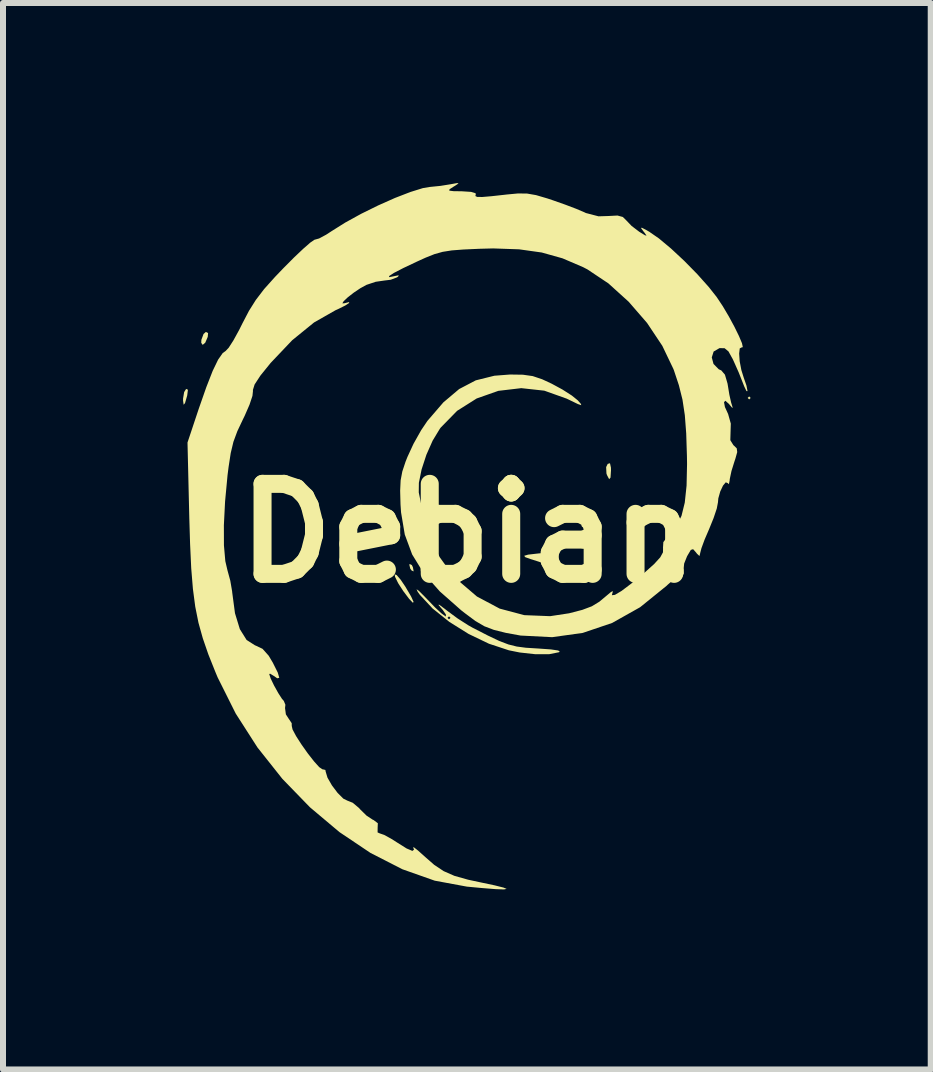
<source format=kicad_pcb>
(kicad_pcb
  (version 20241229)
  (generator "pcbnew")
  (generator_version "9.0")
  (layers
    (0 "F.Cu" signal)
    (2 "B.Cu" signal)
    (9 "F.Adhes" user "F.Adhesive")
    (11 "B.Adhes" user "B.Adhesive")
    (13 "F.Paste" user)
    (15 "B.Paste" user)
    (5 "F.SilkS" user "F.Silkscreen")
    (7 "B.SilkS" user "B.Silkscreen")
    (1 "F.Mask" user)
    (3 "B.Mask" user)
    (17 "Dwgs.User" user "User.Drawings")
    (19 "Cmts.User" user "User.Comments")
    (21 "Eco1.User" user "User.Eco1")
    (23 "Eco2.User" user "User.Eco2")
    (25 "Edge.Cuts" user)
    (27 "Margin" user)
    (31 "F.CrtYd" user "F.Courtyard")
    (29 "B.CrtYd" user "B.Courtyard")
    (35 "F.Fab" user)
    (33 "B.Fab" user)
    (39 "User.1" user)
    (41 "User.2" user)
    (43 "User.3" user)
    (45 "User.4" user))
  (footprint "Debian"
    (layer "F.Cu")
    (at 4.753 5.833)
    (property "Reference" "Debian" (at 0 0 0) (layer "F.SilkS") (effects (font (size 1.5 1.5) (thickness 0.3))))
    (attr board_only exclude_from_pos_files exclude_from_bom)
    (fp_poly (pts (xy 1.931 -0.124) (xy 1.906 -0.099) (xy 1.881 -0.124) (xy 1.906 -0.149)) (stroke (width 0) (type solid)) (fill yes) (layer "F.SilkS"))
    (fp_poly (pts (xy 4.704 -2.253) (xy 4.679 -2.228) (xy 4.654 -2.253) (xy 4.679 -2.278)) (stroke (width 0) (type solid)) (fill yes) (layer "F.SilkS"))
    (fp_poly (pts (xy -0.942 0.531) (xy -0.924 0.567) (xy -0.911 0.637) (xy -0.944 0.623) (xy -0.968 0.591) (xy -0.983 0.526) (xy -0.977 0.514)) (stroke (width 0) (type solid)) (fill yes) (layer "F.SilkS"))
    (fp_poly (pts (xy -4.672 -2.39) (xy -4.684 -2.294) (xy -4.72 -2.168) (xy -4.743 -2.139) (xy -4.753 -2.208) (xy -4.753 -2.242) (xy -4.735 -2.35) (xy -4.702 -2.403)) (stroke (width 0) (type solid)) (fill yes) (layer "F.SilkS"))
    (fp_poly (pts (xy -4.336 -3.334) (xy -4.342 -3.27) (xy -4.383 -3.174) (xy -4.426 -3.137) (xy -4.45 -3.17) (xy -4.448 -3.221) (xy -4.412 -3.318) (xy -4.373 -3.353)) (stroke (width 0) (type solid)) (fill yes) (layer "F.SilkS"))
    (fp_poly (pts (xy 2.014 -0.265) (xy 2.005 -0.248) (xy 1.959 -0.2) (xy 1.95 -0.198) (xy 1.947 -0.23) (xy 1.956 -0.248) (xy 2.002 -0.295) (xy 2.011 -0.297)) (stroke (width 0) (type solid)) (fill yes) (layer "F.SilkS"))
    (fp_poly (pts (xy 2.125 -0.147) (xy 2.083 -0.069) (xy 2.06 -0.037) (xy 1.989 0.035) (xy 1.94 0.047) (xy 1.931 0.025) (xy 1.962 -0.024) (xy 2.03 -0.099) (xy 2.105 -0.16)) (stroke (width 0) (type solid)) (fill yes) (layer "F.SilkS"))
    (fp_poly (pts (xy 2.376 -1.091) (xy 2.377 -1.05) (xy 2.369 -0.926) (xy 2.346 -0.899) (xy 2.31 -0.968) (xy 2.301 -0.995) (xy 2.296 -1.101) (xy 2.322 -1.154) (xy 2.36 -1.165)) (stroke (width 0) (type solid)) (fill yes) (layer "F.SilkS"))
    (fp_poly (pts (xy -1.195 0.697) (xy -1.128 0.775) (xy -1.049 0.892) (xy -0.953 1.056) (xy -0.912 1.146) (xy -0.924 1.16) (xy -0.987 1.094) (xy -1.085 0.964) (xy -1.17 0.832) (xy -1.221 0.728) (xy -1.227 0.687)) (stroke (width 0) (type solid)) (fill yes) (layer "F.SilkS"))
    (fp_poly (pts (xy 1.35 0.342) (xy 1.317 0.391) (xy 1.303 0.406) (xy 1.24 0.472) (xy 1.218 0.491) (xy 1.173 0.475) (xy 1.067 0.441) (xy 1.04 0.433) (xy 0.948 0.4) (xy 0.931 0.377) (xy 0.996 0.358) (xy 1.15 0.34) (xy 1.199 0.335) (xy 1.316 0.327)) (stroke (width 0) (type solid)) (fill yes) (layer "F.SilkS"))
    (fp_poly (pts (xy -0.824 0.961) (xy -0.736 1.049) (xy -0.685 1.102) (xy -0.555 1.237) (xy -0.447 1.337) (xy -0.382 1.385) (xy -0.375 1.387) (xy -0.374 1.355) (xy -0.428 1.277) (xy -0.449 1.253) (xy -0.499 1.194) (xy -0.483 1.194) (xy -0.398 1.257) (xy -0.347 1.297) (xy -0.18 1.42) (xy -0.004 1.533) (xy 0.074 1.577) (xy 0.326 1.706) (xy 0.515 1.796) (xy 0.667 1.854) (xy 0.806 1.889) (xy 0.958 1.909) (xy 1.147 1.921) (xy 1.164 1.922) (xy 1.376 1.937) (xy 1.498 1.955) (xy 1.524 1.976) (xy 1.51 1.984) (xy 1.345 2.017) (xy 1.117 2.017) (xy 0.855 1.988) (xy 0.676 1.952) (xy 0.343 1.842) (xy 0.004 1.679) (xy -0.317 1.478) (xy -0.401 1.411) (xy -0.347 1.411) (xy -0.322 1.436) (xy -0.297 1.411) (xy -0.322 1.386) (xy -0.347 1.411) (xy -0.401 1.411) (xy -0.596 1.255) (xy -0.808 1.027) (xy -0.845 0.975) (xy -0.863 0.934)) (stroke (width 0) (type solid)) (fill yes) (layer "F.SilkS"))
    (fp_poly (pts (xy -0.163 -5.827) (xy -0.221 -5.788) (xy -0.248 -5.772) (xy -0.314 -5.729) (xy -0.318 -5.707) (xy -0.248 -5.698) (xy -0.108 -5.696) (xy 0.046 -5.686) (xy 0.121 -5.663) (xy 0.124 -5.644) (xy 0.117 -5.617) (xy 0.148 -5.602) (xy 0.233 -5.601) (xy 0.386 -5.614) (xy 0.621 -5.64) (xy 0.637 -5.642) (xy 0.829 -5.66) (xy 0.98 -5.658) (xy 1.129 -5.632) (xy 1.316 -5.577) (xy 1.406 -5.547) (xy 1.613 -5.474) (xy 1.8 -5.403) (xy 1.936 -5.345) (xy 1.958 -5.334) (xy 2.169 -5.279) (xy 2.333 -5.284) (xy 2.485 -5.292) (xy 2.574 -5.268) (xy 2.63 -5.213) (xy 2.72 -5.119) (xy 2.843 -5.025) (xy 2.847 -5.022) (xy 2.943 -4.963) (xy 2.969 -4.957) (xy 2.936 -5.005) (xy 2.921 -5.023) (xy 2.878 -5.082) (xy 2.889 -5.09) (xy 2.966 -5.05) (xy 3.014 -5.022) (xy 3.176 -4.91) (xy 3.378 -4.741) (xy 3.598 -4.536) (xy 3.814 -4.316) (xy 4.006 -4.101) (xy 4.137 -3.935) (xy 4.239 -3.782) (xy 4.34 -3.611) (xy 4.433 -3.439) (xy 4.509 -3.284) (xy 4.559 -3.165) (xy 4.573 -3.099) (xy 4.554 -3.095) (xy 4.522 -3.078) (xy 4.512 -2.992) (xy 4.521 -2.863) (xy 4.549 -2.717) (xy 4.589 -2.589) (xy 4.633 -2.462) (xy 4.651 -2.37) (xy 4.651 -2.366) (xy 4.634 -2.367) (xy 4.597 -2.444) (xy 4.575 -2.5) (xy 4.504 -2.679) (xy 4.42 -2.868) (xy 4.404 -2.902) (xy 4.334 -3.028) (xy 4.27 -3.081) (xy 4.188 -3.083) (xy 4.183 -3.082) (xy 4.087 -3.026) (xy 4.056 -2.928) (xy 4.085 -2.819) (xy 4.173 -2.73) (xy 4.214 -2.712) (xy 4.275 -2.641) (xy 4.318 -2.494) (xy 4.323 -2.465) (xy 4.349 -2.307) (xy 4.378 -2.178) (xy 4.386 -2.152) (xy 4.406 -2.086) (xy 4.387 -2.098) (xy 4.341 -2.154) (xy 4.282 -2.206) (xy 4.26 -2.182) (xy 4.275 -2.102) (xy 4.329 -1.983) (xy 4.329 -1.982) (xy 4.373 -1.826) (xy 4.369 -1.69) (xy 4.365 -1.549) (xy 4.417 -1.465) (xy 4.424 -1.46) (xy 4.472 -1.413) (xy 4.48 -1.351) (xy 4.449 -1.24) (xy 4.432 -1.189) (xy 4.384 -1.035) (xy 4.356 -0.903) (xy 4.353 -0.873) (xy 4.341 -0.815) (xy 4.323 -0.833) (xy 4.289 -0.847) (xy 4.243 -0.792) (xy 4.197 -0.694) (xy 4.165 -0.58) (xy 4.159 -0.513) (xy 4.139 -0.409) (xy 4.086 -0.251) (xy 4.013 -0.071) (xy 4.011 -0.066) (xy 3.937 0.106) (xy 3.884 0.25) (xy 3.862 0.335) (xy 3.862 0.338) (xy 3.851 0.381) (xy 3.81 0.343) (xy 3.794 0.322) (xy 3.745 0.267) (xy 3.707 0.279) (xy 3.654 0.368) (xy 3.643 0.388) (xy 3.596 0.506) (xy 3.587 0.588) (xy 3.59 0.595) (xy 3.591 0.671) (xy 3.564 0.73) (xy 3.524 0.787) (xy 3.527 0.757) (xy 3.538 0.721) (xy 3.523 0.701) (xy 3.449 0.749) (xy 3.324 0.857) (xy 3.302 0.878) (xy 2.862 1.234) (xy 2.396 1.496) (xy 1.906 1.662) (xy 1.397 1.733) (xy 0.87 1.706) (xy 0.624 1.661) (xy 0.424 1.611) (xy 0.267 1.551) (xy 0.118 1.464) (xy -0.059 1.332) (xy -0.118 1.286) (xy -0.475 0.971) (xy -0.745 0.666) (xy -0.936 0.355) (xy -1.059 0.023) (xy -1.121 -0.346) (xy -1.13 -0.477) (xy -1.136 -0.709) (xy -1.128 -0.88) (xy -1.1 -1.028) (xy -1.046 -1.191) (xy -1.015 -1.269) (xy -0.914 -1.488) (xy -0.787 -1.714) (xy -0.682 -1.87) (xy -0.416 -2.179) (xy -0.153 -2.401) (xy 0.124 -2.546) (xy 0.434 -2.623) (xy 0.694 -2.643) (xy 0.909 -2.64) (xy 1.072 -2.617) (xy 1.23 -2.564) (xy 1.389 -2.49) (xy 1.568 -2.393) (xy 1.724 -2.293) (xy 1.823 -2.213) (xy 1.876 -2.153) (xy 1.881 -2.132) (xy 1.825 -2.151) (xy 1.697 -2.213) (xy 1.639 -2.241) (xy 1.266 -2.374) (xy 0.882 -2.416) (xy 0.5 -2.371) (xy 0.139 -2.244) (xy -0.187 -2.038) (xy -0.461 -1.758) (xy -0.476 -1.737) (xy -0.595 -1.541) (xy -0.699 -1.306) (xy -0.779 -1.061) (xy -0.824 -0.839) (xy -0.826 -0.679) (xy -0.738 -0.251) (xy -0.625 0.101) (xy -0.478 0.399) (xy -0.286 0.665) (xy -0.193 0.768) (xy 0.144 1.056) (xy 0.522 1.257) (xy 0.932 1.366) (xy 1.363 1.383) (xy 1.679 1.335) (xy 1.899 1.278) (xy 2.056 1.219) (xy 2.183 1.142) (xy 2.298 1.046) (xy 2.378 0.979) (xy 2.41 0.966) (xy 2.406 0.978) (xy 2.391 1.034) (xy 2.442 1.028) (xy 2.552 0.963) (xy 2.706 0.847) (xy 2.939 0.655) (xy 3.099 0.511) (xy 3.198 0.402) (xy 3.243 0.319) (xy 3.244 0.252) (xy 3.243 0.248) (xy 3.249 0.149) (xy 3.335 0.035) (xy 3.357 0.013) (xy 3.47 -0.121) (xy 3.552 -0.29) (xy 3.606 -0.509) (xy 3.636 -0.791) (xy 3.644 -1.152) (xy 3.642 -1.287) (xy 3.63 -1.662) (xy 3.607 -1.965) (xy 3.568 -2.224) (xy 3.508 -2.464) (xy 3.425 -2.714) (xy 3.416 -2.737) (xy 3.232 -3.121) (xy 2.978 -3.502) (xy 2.672 -3.855) (xy 2.334 -4.161) (xy 1.985 -4.394) (xy 1.91 -4.433) (xy 1.569 -4.579) (xy 1.223 -4.676) (xy 0.846 -4.729) (xy 0.413 -4.744) (xy 0.186 -4.738) (xy -0.081 -4.726) (xy -0.276 -4.711) (xy -0.428 -4.687) (xy -0.564 -4.649) (xy -0.712 -4.59) (xy -0.853 -4.526) (xy -1.081 -4.418) (xy -1.238 -4.337) (xy -1.319 -4.284) (xy -1.32 -4.265) (xy -1.238 -4.281) (xy -1.16 -4.297) (xy -1.169 -4.276) (xy -1.188 -4.262) (xy -1.293 -4.222) (xy -1.4 -4.209) (xy -1.544 -4.188) (xy -1.697 -4.137) (xy -1.697 -4.137) (xy -1.799 -4.081) (xy -1.909 -4.007) (xy -2.008 -3.93) (xy -2.077 -3.865) (xy -2.099 -3.829) (xy -2.067 -3.83) (xy -1.987 -3.85) (xy -1.986 -3.835) (xy -2.052 -3.792) (xy -2.177 -3.73) (xy -2.213 -3.714) (xy -2.571 -3.51) (xy -2.935 -3.214) (xy -3.293 -2.837) (xy -3.463 -2.627) (xy -3.561 -2.477) (xy -3.59 -2.384) (xy -3.588 -2.372) (xy -3.597 -2.287) (xy -3.646 -2.14) (xy -3.727 -1.954) (xy -3.755 -1.897) (xy -3.849 -1.698) (xy -3.914 -1.522) (xy -3.959 -1.334) (xy -3.995 -1.099) (xy -4.012 -0.965) (xy -4.053 -0.527) (xy -4.073 -0.133) (xy -4.072 0.203) (xy -4.049 0.466) (xy -4.014 0.616) (xy -3.966 0.792) (xy -3.936 0.967) (xy -3.934 0.988) (xy -3.888 1.334) (xy -3.807 1.599) (xy -3.694 1.78) (xy -3.551 1.871) (xy -3.545 1.872) (xy -3.429 1.927) (xy -3.327 2.041) (xy -3.259 2.155) (xy -3.175 2.323) (xy -3.15 2.41) (xy -3.184 2.418) (xy -3.242 2.378) (xy -3.303 2.341) (xy -3.317 2.348) (xy -3.294 2.42) (xy -3.237 2.538) (xy -3.167 2.664) (xy -3.104 2.762) (xy -3.075 2.794) (xy -3.048 2.859) (xy -3.054 2.914) (xy -3.04 3.019) (xy -2.996 3.087) (xy -2.943 3.166) (xy -2.942 3.212) (xy -2.929 3.27) (xy -2.87 3.381) (xy -2.78 3.521) (xy -2.676 3.668) (xy -2.572 3.801) (xy -2.485 3.898) (xy -2.429 3.936) (xy -2.424 3.935) (xy -2.382 3.945) (xy -2.377 3.973) (xy -2.347 4.073) (xy -2.273 4.202) (xy -2.178 4.328) (xy -2.083 4.423) (xy -2.016 4.456) (xy -1.926 4.492) (xy -1.821 4.58) (xy -1.802 4.602) (xy -1.695 4.707) (xy -1.593 4.774) (xy -1.58 4.779) (xy -1.508 4.833) (xy -1.511 4.906) (xy -1.512 4.986) (xy -1.476 5.002) (xy -1.401 5.028) (xy -1.278 5.096) (xy -1.193 5.15) (xy -1.029 5.253) (xy -0.932 5.294) (xy -0.905 5.273) (xy -0.92 5.236) (xy -0.907 5.234) (xy -0.838 5.288) (xy -0.737 5.379) (xy -0.569 5.526) (xy -0.411 5.631) (xy -0.231 5.71) (xy -0.003 5.774) (xy 0.198 5.817) (xy 0.439 5.868) (xy 0.586 5.905) (xy 0.638 5.927) (xy 0.594 5.936) (xy 0.454 5.931) (xy 0.218 5.912) (xy -0.025 5.889) (xy -0.56 5.79) (xy -1.098 5.6) (xy -1.63 5.328) (xy -2.147 4.981) (xy -2.639 4.567) (xy -3.098 4.094) (xy -3.513 3.571) (xy -3.876 3.005) (xy -4.177 2.403) (xy -4.215 2.312) (xy -4.332 2.019) (xy -4.424 1.752) (xy -4.496 1.494) (xy -4.55 1.225) (xy -4.589 0.928) (xy -4.617 0.585) (xy -4.636 0.177) (xy -4.649 -0.248) (xy -4.679 -1.51) (xy -4.491 -2.074) (xy -4.365 -2.434) (xy -4.259 -2.705) (xy -4.169 -2.891) (xy -4.092 -3.001) (xy -4.044 -3.035) (xy -3.993 -3.089) (xy -3.914 -3.212) (xy -3.82 -3.383) (xy -3.764 -3.495) (xy -3.655 -3.704) (xy -3.541 -3.885) (xy -3.403 -4.066) (xy -3.22 -4.27) (xy -3.081 -4.415) (xy -2.905 -4.592) (xy -2.751 -4.738) (xy -2.632 -4.842) (xy -2.563 -4.889) (xy -2.554 -4.891) (xy -2.486 -4.91) (xy -2.369 -4.973) (xy -2.278 -5.032) (xy -2.052 -5.174) (xy -1.787 -5.32) (xy -1.503 -5.46) (xy -1.222 -5.585) (xy -0.966 -5.684) (xy -0.757 -5.749) (xy -0.644 -5.768) (xy -0.465 -5.786) (xy -0.297 -5.813) (xy -0.186 -5.833)) (stroke (width 0) (type solid)) (fill yes) (layer "F.SilkS")))
  (gr_rect
    (start -3 -3)
    (end 12.457 14.768)
    (stroke (width 0.1) (type default))
    (fill no)
    (layer "Edge.Cuts")))
</source>
